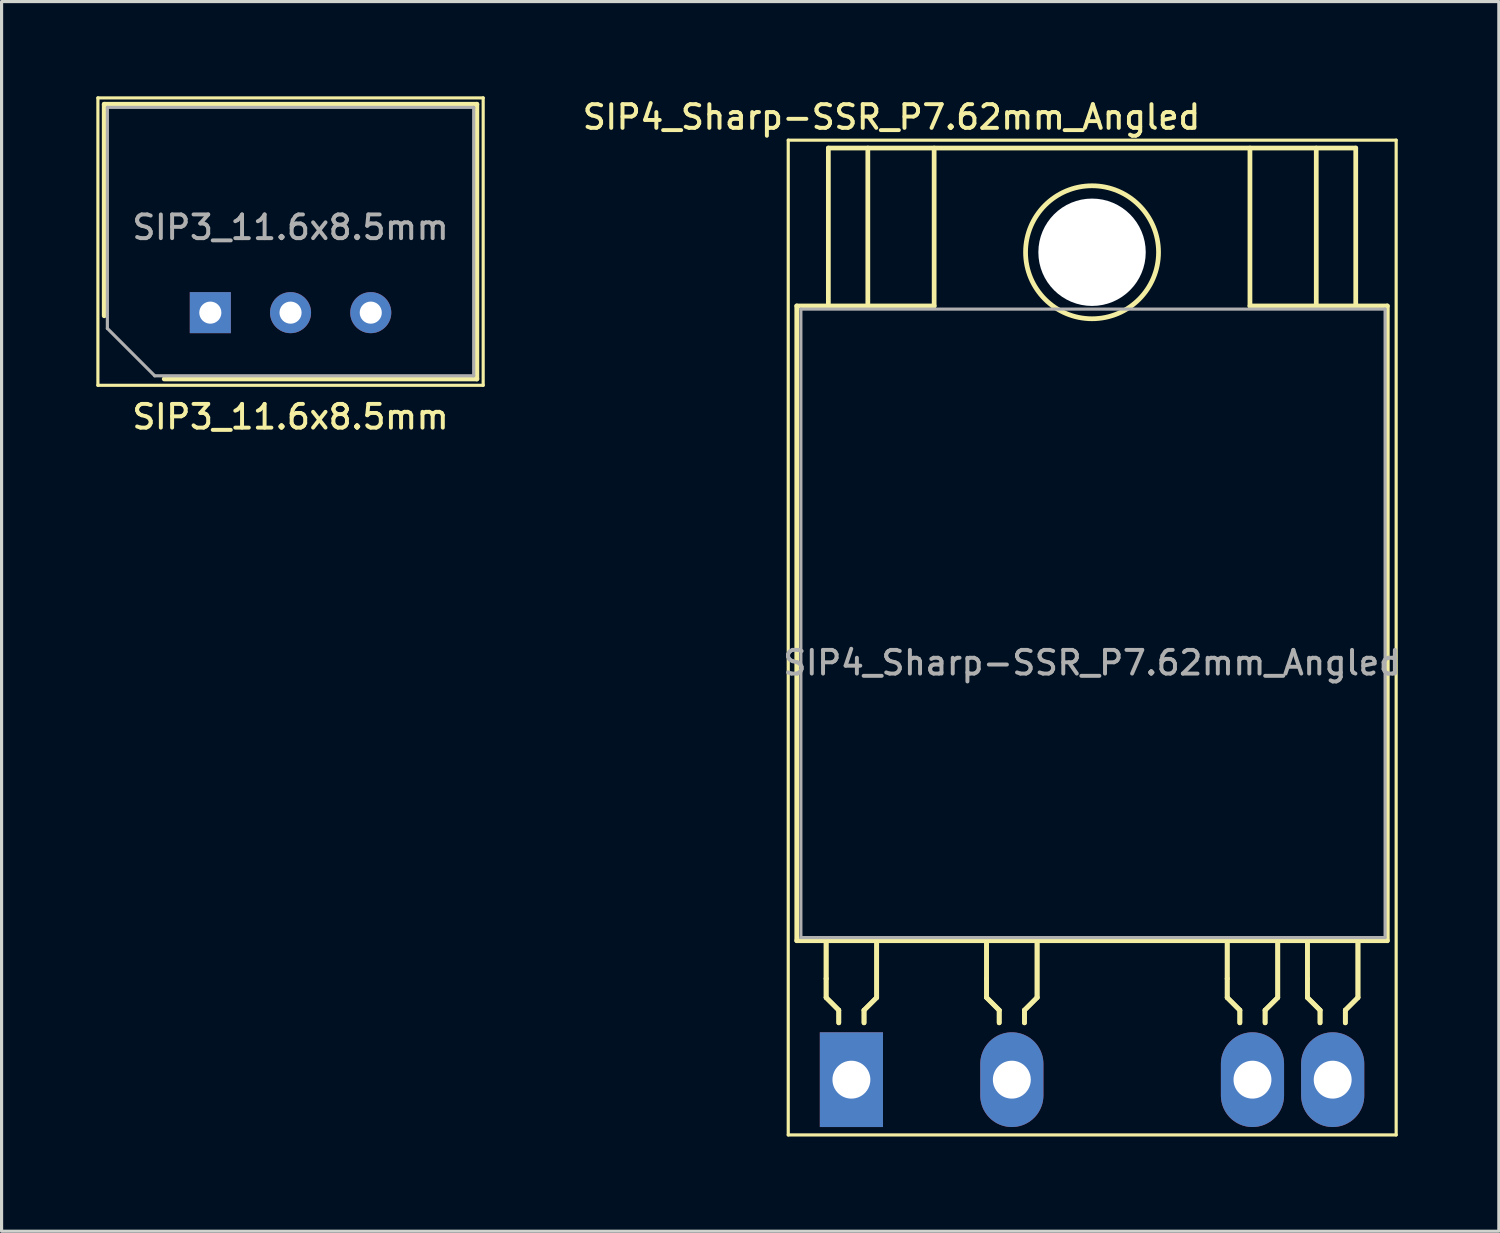
<source format=kicad_pcb>
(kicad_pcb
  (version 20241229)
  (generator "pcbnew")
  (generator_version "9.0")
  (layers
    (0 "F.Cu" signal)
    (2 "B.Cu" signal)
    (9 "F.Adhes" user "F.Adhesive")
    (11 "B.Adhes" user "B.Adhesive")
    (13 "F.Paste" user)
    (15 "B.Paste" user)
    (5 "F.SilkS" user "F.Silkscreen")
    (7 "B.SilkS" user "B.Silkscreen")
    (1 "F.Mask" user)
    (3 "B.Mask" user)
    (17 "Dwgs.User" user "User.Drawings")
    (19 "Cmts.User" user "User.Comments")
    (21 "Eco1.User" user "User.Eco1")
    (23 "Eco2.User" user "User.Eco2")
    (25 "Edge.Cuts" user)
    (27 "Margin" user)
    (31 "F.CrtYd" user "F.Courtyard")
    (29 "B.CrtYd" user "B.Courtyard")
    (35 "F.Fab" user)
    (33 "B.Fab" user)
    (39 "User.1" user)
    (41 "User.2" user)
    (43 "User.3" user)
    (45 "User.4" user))
  (footprint "SIP3_11.6x8.5mm"
    (layer "F.Cu")
    (at 3.61 6.85)
    (property "Reference" "SIP3_11.6x8.5mm" (at 2.54 3.3 180) (layer "F.SilkS") (effects (font (size 0.75 0.75) (thickness 0.125))))
    (attr through_hole)
    (fp_line (start -3.56 2.3) (end -3.56 -6.8) (stroke (width 0.1) (type solid)) (layer "F.SilkS"))
    (fp_line (start -3.36 -6.6) (end 8.44 -6.6) (stroke (width 0.15) (type solid)) (layer "F.SilkS"))
    (fp_line (start -3.36 0.1) (end -3.36 -6.6) (stroke (width 0.15) (type solid)) (layer "F.SilkS"))
    (fp_line (start -1.46 2.1) (end 8.44 2.1) (stroke (width 0.15) (type solid)) (layer "F.SilkS"))
    (fp_line (start 8.44 -6.6) (end 8.44 2.1) (stroke (width 0.15) (type solid)) (layer "F.SilkS"))
    (fp_line (start 8.64 -6.8) (end -3.56 -6.8) (stroke (width 0.1) (type solid)) (layer "F.SilkS"))
    (fp_line (start 8.64 2.3) (end -3.56 2.3) (stroke (width 0.1) (type solid)) (layer "F.SilkS"))
    (fp_line (start 8.64 2.3) (end 8.64 -6.8) (stroke (width 0.1) (type solid)) (layer "F.SilkS"))
    (fp_line (start -3.26 -6.5) (end -3.26 0.5) (stroke (width 0.1) (type solid)) (layer "F.Fab"))
    (fp_line (start -3.26 0.5) (end -1.76 2) (stroke (width 0.1) (type solid)) (layer "F.Fab"))
    (fp_line (start 8.34 -6.5) (end -3.26 -6.5) (stroke (width 0.1) (type solid)) (layer "F.Fab"))
    (fp_line (start 8.34 2) (end -1.76 2) (stroke (width 0.1) (type solid)) (layer "F.Fab"))
    (fp_line (start 8.34 2) (end 8.34 -6.5) (stroke (width 0.1) (type solid)) (layer "F.Fab"))
    (fp_text user "${REFERENCE}" (at 2.54 -2.7 180) (layer "F.Fab") (effects (font (size 0.75 0.75) (thickness 0.125))))
    (pad "1" thru_hole rect (at 0 0 270) (size 1.3 1.3) (drill 0.7) (layers "*.Cu" "*.Mask"))
    (pad "2" thru_hole circle (at 2.54 0 180) (size 1.3 1.3) (drill 0.7) (layers "*.Cu" "*.Mask"))
    (pad "3" thru_hole circle (at 5.08 0 270) (size 1.3 1.3) (drill 0.7) (layers "*.Cu" "*.Mask")))
  (footprint "SIP4_Sharp-SSR_P7.62mm_Angled"
    (layer "F.Cu")
    (at 23.91 31.138)
    (property "Reference" "SIP4_Sharp-SSR_P7.62mm_Angled" (at 1.27 -30.48 0) (layer "F.SilkS") (effects (font (size 0.75 0.75) (thickness 0.125))))
    (attr through_hole)
    (fp_line (start -2 -29.75) (end 17.25 -29.75) (stroke (width 0.1) (type solid)) (layer "F.SilkS"))
    (fp_line (start -2 1.75) (end -2 -29.75) (stroke (width 0.1) (type solid)) (layer "F.SilkS"))
    (fp_line (start -1.73 -24.5) (end 2.62 -24.5) (stroke (width 0.15) (type solid)) (layer "F.SilkS"))
    (fp_line (start -1.73 -4.4) (end -1.73 -24.5) (stroke (width 0.15) (type solid)) (layer "F.SilkS"))
    (fp_line (start -0.8 -3.2) (end -0.8 -4.4) (stroke (width 0.15) (type solid)) (layer "F.SilkS"))
    (fp_line (start -0.8 -3.2) (end -0.8 -4.4) (stroke (width 0.15) (type solid)) (layer "F.SilkS"))
    (fp_line (start -0.8 -2.6) (end -0.8 -3.2) (stroke (width 0.15) (type solid)) (layer "F.SilkS"))
    (fp_line (start -0.8 -2.6) (end -0.8 -3.2) (stroke (width 0.15) (type solid)) (layer "F.SilkS"))
    (fp_line (start -0.73 -29.5) (end 15.97 -29.5) (stroke (width 0.15) (type solid)) (layer "F.SilkS"))
    (fp_line (start -0.73 -24.5) (end -0.73 -29.5) (stroke (width 0.15) (type solid)) (layer "F.SilkS"))
    (fp_line (start -0.4 -2.2) (end -0.8 -2.6) (stroke (width 0.15) (type solid)) (layer "F.SilkS"))
    (fp_line (start -0.4 -2.2) (end -0.8 -2.6) (stroke (width 0.15) (type solid)) (layer "F.SilkS"))
    (fp_line (start -0.4 -2.2) (end -0.4 -1.8) (stroke (width 0.15) (type solid)) (layer "F.SilkS"))
    (fp_line (start -0.4 -2.2) (end -0.4 -1.8) (stroke (width 0.15) (type solid)) (layer "F.SilkS"))
    (fp_line (start 0.4 -2.2) (end 0.8 -2.6) (stroke (width 0.15) (type solid)) (layer "F.SilkS"))
    (fp_line (start 0.4 -2.2) (end 0.8 -2.6) (stroke (width 0.15) (type solid)) (layer "F.SilkS"))
    (fp_line (start 0.4 -1.8) (end 0.4 -2.2) (stroke (width 0.15) (type solid)) (layer "F.SilkS"))
    (fp_line (start 0.4 -1.8) (end 0.4 -2.2) (stroke (width 0.15) (type solid)) (layer "F.SilkS"))
    (fp_line (start 0.52 -24.5) (end 0.52 -29.5) (stroke (width 0.15) (type solid)) (layer "F.SilkS"))
    (fp_line (start 0.8 -2.6) (end 0.8 -4.4) (stroke (width 0.15) (type solid)) (layer "F.SilkS"))
    (fp_line (start 0.8 -2.6) (end 0.8 -4.4) (stroke (width 0.15) (type solid)) (layer "F.SilkS"))
    (fp_line (start 2.62 -29.5) (end 2.62 -24.5) (stroke (width 0.15) (type solid)) (layer "F.SilkS"))
    (fp_line (start 4.28 -3.2) (end 4.28 -4.4) (stroke (width 0.15) (type solid)) (layer "F.SilkS"))
    (fp_line (start 4.28 -3.2) (end 4.28 -4.4) (stroke (width 0.15) (type solid)) (layer "F.SilkS"))
    (fp_line (start 4.28 -2.6) (end 4.28 -3.2) (stroke (width 0.15) (type solid)) (layer "F.SilkS"))
    (fp_line (start 4.28 -2.6) (end 4.28 -3.2) (stroke (width 0.15) (type solid)) (layer "F.SilkS"))
    (fp_line (start 4.68 -2.2) (end 4.28 -2.6) (stroke (width 0.15) (type solid)) (layer "F.SilkS"))
    (fp_line (start 4.68 -2.2) (end 4.28 -2.6) (stroke (width 0.15) (type solid)) (layer "F.SilkS"))
    (fp_line (start 4.68 -2.2) (end 4.68 -1.8) (stroke (width 0.15) (type solid)) (layer "F.SilkS"))
    (fp_line (start 4.68 -2.2) (end 4.68 -1.8) (stroke (width 0.15) (type solid)) (layer "F.SilkS"))
    (fp_line (start 5.48 -2.2) (end 5.88 -2.6) (stroke (width 0.15) (type solid)) (layer "F.SilkS"))
    (fp_line (start 5.48 -2.2) (end 5.88 -2.6) (stroke (width 0.15) (type solid)) (layer "F.SilkS"))
    (fp_line (start 5.48 -1.8) (end 5.48 -2.2) (stroke (width 0.15) (type solid)) (layer "F.SilkS"))
    (fp_line (start 5.48 -1.8) (end 5.48 -2.2) (stroke (width 0.15) (type solid)) (layer "F.SilkS"))
    (fp_line (start 5.88 -2.6) (end 5.88 -4.4) (stroke (width 0.15) (type solid)) (layer "F.SilkS"))
    (fp_line (start 5.88 -2.6) (end 5.88 -4.4) (stroke (width 0.15) (type solid)) (layer "F.SilkS"))
    (fp_line (start 11.9 -3.2) (end 11.9 -4.4) (stroke (width 0.15) (type solid)) (layer "F.SilkS"))
    (fp_line (start 11.9 -3.2) (end 11.9 -4.4) (stroke (width 0.15) (type solid)) (layer "F.SilkS"))
    (fp_line (start 11.9 -2.6) (end 11.9 -3.2) (stroke (width 0.15) (type solid)) (layer "F.SilkS"))
    (fp_line (start 11.9 -2.6) (end 11.9 -3.2) (stroke (width 0.15) (type solid)) (layer "F.SilkS"))
    (fp_line (start 12.3 -2.2) (end 11.9 -2.6) (stroke (width 0.15) (type solid)) (layer "F.SilkS"))
    (fp_line (start 12.3 -2.2) (end 11.9 -2.6) (stroke (width 0.15) (type solid)) (layer "F.SilkS"))
    (fp_line (start 12.3 -2.2) (end 12.3 -1.8) (stroke (width 0.15) (type solid)) (layer "F.SilkS"))
    (fp_line (start 12.3 -2.2) (end 12.3 -1.8) (stroke (width 0.15) (type solid)) (layer "F.SilkS"))
    (fp_line (start 12.62 -29.5) (end 12.62 -24.5) (stroke (width 0.15) (type solid)) (layer "F.SilkS"))
    (fp_line (start 12.62 -24.5) (end 16.97 -24.5) (stroke (width 0.15) (type solid)) (layer "F.SilkS"))
    (fp_line (start 13.1 -2.2) (end 13.5 -2.6) (stroke (width 0.15) (type solid)) (layer "F.SilkS"))
    (fp_line (start 13.1 -2.2) (end 13.5 -2.6) (stroke (width 0.15) (type solid)) (layer "F.SilkS"))
    (fp_line (start 13.1 -1.8) (end 13.1 -2.2) (stroke (width 0.15) (type solid)) (layer "F.SilkS"))
    (fp_line (start 13.1 -1.8) (end 13.1 -2.2) (stroke (width 0.15) (type solid)) (layer "F.SilkS"))
    (fp_line (start 13.5 -2.6) (end 13.5 -4.4) (stroke (width 0.15) (type solid)) (layer "F.SilkS"))
    (fp_line (start 13.5 -2.6) (end 13.5 -4.4) (stroke (width 0.15) (type solid)) (layer "F.SilkS"))
    (fp_line (start 14.44 -3.2) (end 14.44 -4.4) (stroke (width 0.15) (type solid)) (layer "F.SilkS"))
    (fp_line (start 14.44 -3.2) (end 14.44 -4.4) (stroke (width 0.15) (type solid)) (layer "F.SilkS"))
    (fp_line (start 14.44 -2.6) (end 14.44 -3.2) (stroke (width 0.15) (type solid)) (layer "F.SilkS"))
    (fp_line (start 14.44 -2.6) (end 14.44 -3.2) (stroke (width 0.15) (type solid)) (layer "F.SilkS"))
    (fp_line (start 14.72 -24.5) (end 14.72 -29.5) (stroke (width 0.15) (type solid)) (layer "F.SilkS"))
    (fp_line (start 14.84 -2.2) (end 14.44 -2.6) (stroke (width 0.15) (type solid)) (layer "F.SilkS"))
    (fp_line (start 14.84 -2.2) (end 14.44 -2.6) (stroke (width 0.15) (type solid)) (layer "F.SilkS"))
    (fp_line (start 14.84 -2.2) (end 14.84 -1.8) (stroke (width 0.15) (type solid)) (layer "F.SilkS"))
    (fp_line (start 14.84 -2.2) (end 14.84 -1.8) (stroke (width 0.15) (type solid)) (layer "F.SilkS"))
    (fp_line (start 15.64 -2.2) (end 16.04 -2.6) (stroke (width 0.15) (type solid)) (layer "F.SilkS"))
    (fp_line (start 15.64 -2.2) (end 16.04 -2.6) (stroke (width 0.15) (type solid)) (layer "F.SilkS"))
    (fp_line (start 15.64 -1.8) (end 15.64 -2.2) (stroke (width 0.15) (type solid)) (layer "F.SilkS"))
    (fp_line (start 15.64 -1.8) (end 15.64 -2.2) (stroke (width 0.15) (type solid)) (layer "F.SilkS"))
    (fp_line (start 15.97 -24.5) (end 15.97 -29.5) (stroke (width 0.15) (type solid)) (layer "F.SilkS"))
    (fp_line (start 16.04 -2.6) (end 16.04 -4.4) (stroke (width 0.15) (type solid)) (layer "F.SilkS"))
    (fp_line (start 16.04 -2.6) (end 16.04 -4.4) (stroke (width 0.15) (type solid)) (layer "F.SilkS"))
    (fp_line (start 16.97 -24.5) (end 16.97 -4.4) (stroke (width 0.15) (type solid)) (layer "F.SilkS"))
    (fp_line (start 16.97 -4.4) (end -1.73 -4.4) (stroke (width 0.15) (type solid)) (layer "F.SilkS"))
    (fp_line (start 17.25 -29.75) (end 17.25 1.75) (stroke (width 0.1) (type solid)) (layer "F.SilkS"))
    (fp_line (start 17.25 1.75) (end -2 1.75) (stroke (width 0.1) (type solid)) (layer "F.SilkS"))
    (fp_circle (center 7.62 -26.2) (end 9.35 -27.4) (stroke (width 0.15) (type solid)) (fill no) (layer "F.SilkS"))
    (fp_line (start -1.6 -24.4) (end 16.9 -24.4) (stroke (width 0.1) (type solid)) (layer "F.Fab"))
    (fp_line (start -1.6 -4.5) (end -1.6 -24.4) (stroke (width 0.1) (type solid)) (layer "F.Fab"))
    (fp_line (start 16.9 -24.4) (end 16.9 -4.5) (stroke (width 0.1) (type solid)) (layer "F.Fab"))
    (fp_line (start 16.9 -4.5) (end -1.6 -4.5) (stroke (width 0.1) (type solid)) (layer "F.Fab"))
    (fp_text user "${REFERENCE}" (at 7.62 -13.2 0) (layer "F.Fab") (effects (font (size 0.75 0.75) (thickness 0.125))))
    (pad "" np_thru_hole circle (at 7.62 -26.2) (size 3.4 3.4) (drill 3.4) (layers "*.Cu" "*.Mask"))
    (pad "1" thru_hole rect (at 0 0) (size 2 3) (drill 1.2) (layers "*.Cu" "*.Mask"))
    (pad "2" thru_hole oval (at 5.08 0) (size 2 3) (drill 1.2) (layers "*.Cu" "*.Mask"))
    (pad "3" thru_hole oval (at 12.7 0) (size 2 3) (drill 1.2) (layers "*.Cu" "*.Mask"))
    (pad "4" thru_hole oval (at 15.24 0) (size 2 3) (drill 1.2) (layers "*.Cu" "*.Mask")))
  (gr_rect
    (start -3 -3)
    (end 44.411 35.938)
    (stroke (width 0.1) (type default))
    (fill no)
    (layer "Edge.Cuts")))
</source>
